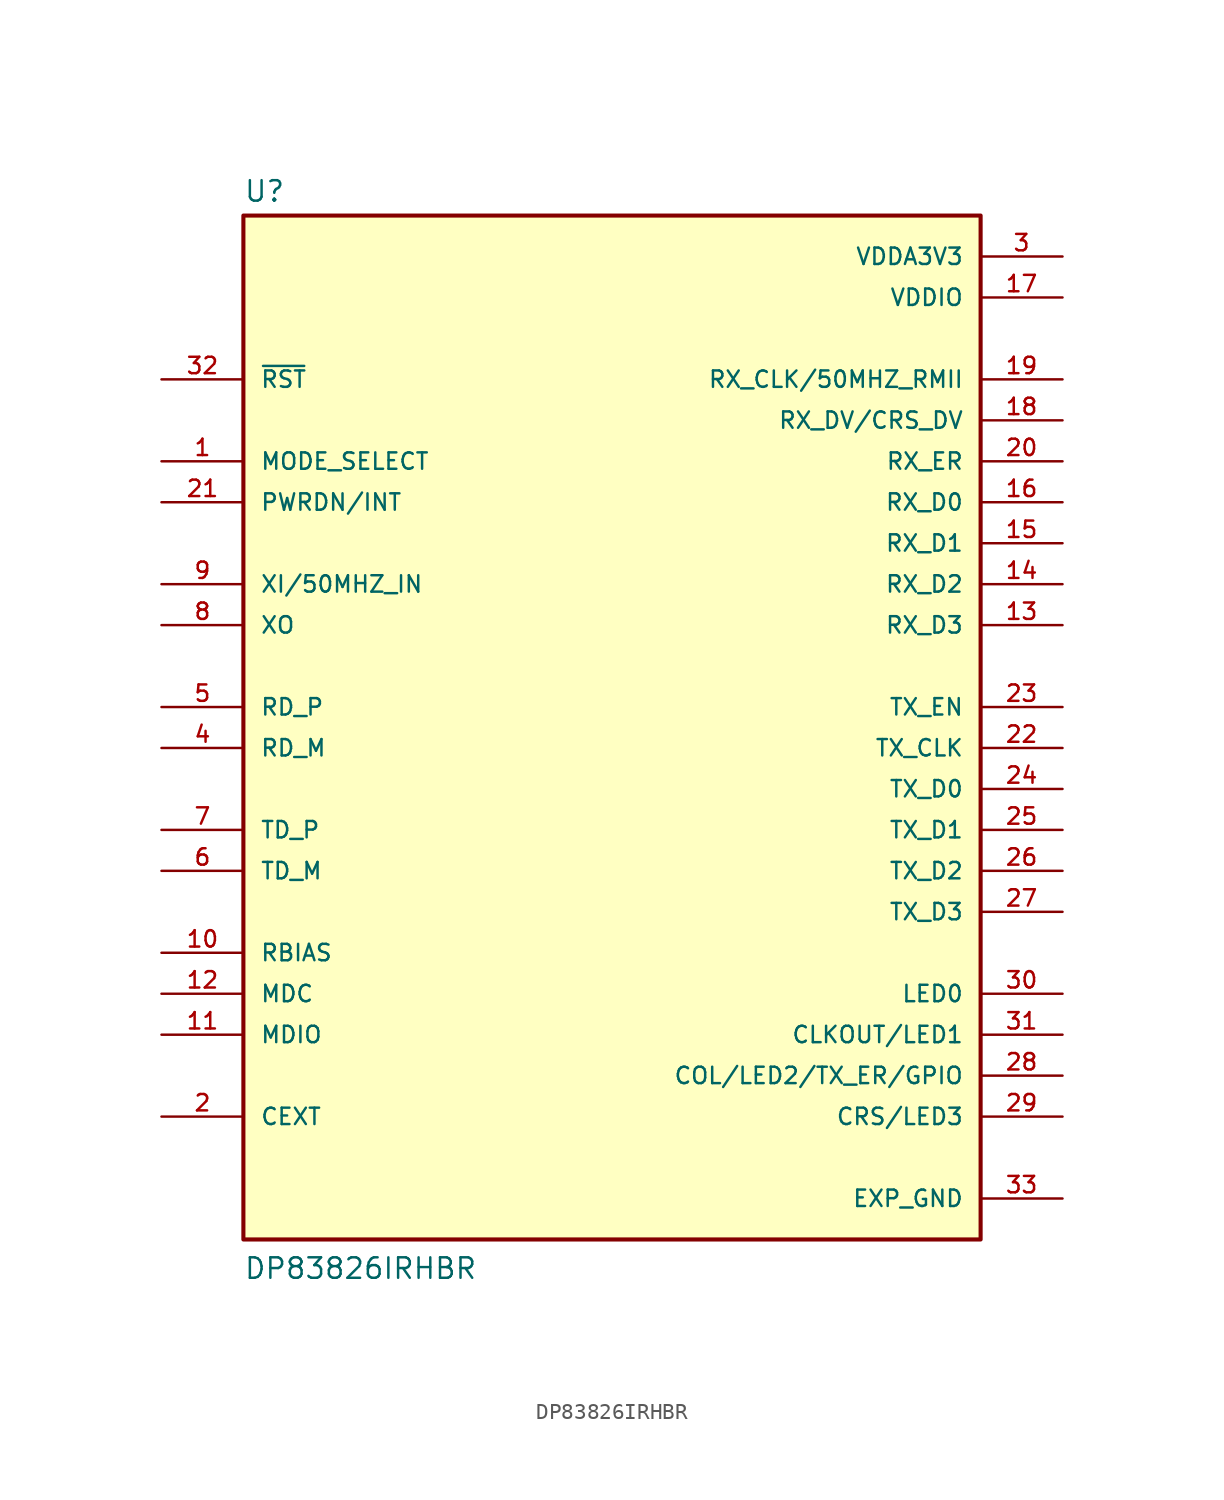
<source format=kicad_sym>
(kicad_symbol_lib
  (version 20211014)
  (generator kicad_symbol_editor)
  (symbol "DP83826IRHBR"
    (pin_names
      (offset 1.016))
    (property "Reference" "U"
      (at -22.86 31.242 0)
      (effects (font (size 1.27 1.27)) (justify bottom left)))
    (property "Value" "DP83826IRHBR"
      (at -22.86 -35.56 0)
      (effects (font (size 1.27 1.27)) (justify bottom left)))
    (symbol "DP83826IRHBR_0_0"
      (rectangle (start -22.86 -33.02) (end 22.86 30.48) (stroke (width 0.254)) (fill (type background)))
      (pin input line (at -27.94 15.24 0) (length 5.08) (name "MODE_SELECT" (effects (font (size 1.016 1.016)))) (number "1" (effects (font (size 1.016 1.016)))))
      (pin passive line (at -27.94 -25.4 0) (length 5.08) (name "CEXT" (effects (font (size 1.016 1.016)))) (number "2" (effects (font (size 1.016 1.016)))))
      (pin power_in line (at 27.94 27.94 180.0) (length 5.08) (name "VDDA3V3" (effects (font (size 1.016 1.016)))) (number "3" (effects (font (size 1.016 1.016)))))
      (pin input line (at -27.94 -2.54 0) (length 5.08) (name "RD_M" (effects (font (size 1.016 1.016)))) (number "4" (effects (font (size 1.016 1.016)))))
      (pin input line (at -27.94 0.0 0) (length 5.08) (name "RD_P" (effects (font (size 1.016 1.016)))) (number "5" (effects (font (size 1.016 1.016)))))
      (pin input line (at -27.94 -10.16 0) (length 5.08) (name "TD_M" (effects (font (size 1.016 1.016)))) (number "6" (effects (font (size 1.016 1.016)))))
      (pin input line (at -27.94 -7.62 0) (length 5.08) (name "TD_P" (effects (font (size 1.016 1.016)))) (number "7" (effects (font (size 1.016 1.016)))))
      (pin output line (at -27.94 5.08 0) (length 5.08) (name "XO" (effects (font (size 1.016 1.016)))) (number "8" (effects (font (size 1.016 1.016)))))
      (pin input line (at -27.94 7.62 0) (length 5.08) (name "XI/50MHZ_IN" (effects (font (size 1.016 1.016)))) (number "9" (effects (font (size 1.016 1.016)))))
      (pin input line (at -27.94 -15.24 0) (length 5.08) (name "RBIAS" (effects (font (size 1.016 1.016)))) (number "10" (effects (font (size 1.016 1.016)))))
      (pin bidirectional line (at -27.94 -20.32 0) (length 5.08) (name "MDIO" (effects (font (size 1.016 1.016)))) (number "11" (effects (font (size 1.016 1.016)))))
      (pin input line (at -27.94 -17.78 0) (length 5.08) (name "MDC" (effects (font (size 1.016 1.016)))) (number "12" (effects (font (size 1.016 1.016)))))
      (pin bidirectional line (at 27.94 5.08 180.0) (length 5.08) (name "RX_D3" (effects (font (size 1.016 1.016)))) (number "13" (effects (font (size 1.016 1.016)))))
      (pin bidirectional line (at 27.94 7.62 180.0) (length 5.08) (name "RX_D2" (effects (font (size 1.016 1.016)))) (number "14" (effects (font (size 1.016 1.016)))))
      (pin bidirectional line (at 27.94 10.16 180.0) (length 5.08) (name "RX_D1" (effects (font (size 1.016 1.016)))) (number "15" (effects (font (size 1.016 1.016)))))
      (pin power_in line (at 27.94 25.4 180.0) (length 5.08) (name "VDDIO" (effects (font (size 1.016 1.016)))) (number "17" (effects (font (size 1.016 1.016)))))
      (pin bidirectional line (at 27.94 12.7 180.0) (length 5.08) (name "RX_D0" (effects (font (size 1.016 1.016)))) (number "16" (effects (font (size 1.016 1.016)))))
      (pin bidirectional line (at 27.94 17.78 180.0) (length 5.08) (name "RX_DV/CRS_DV" (effects (font (size 1.016 1.016)))) (number "18" (effects (font (size 1.016 1.016)))))
      (pin bidirectional line (at 27.94 20.32 180.0) (length 5.08) (name "RX_CLK/50MHZ_RMII" (effects (font (size 1.016 1.016)))) (number "19" (effects (font (size 1.016 1.016)))))
      (pin bidirectional line (at 27.94 15.24 180.0) (length 5.08) (name "RX_ER" (effects (font (size 1.016 1.016)))) (number "20" (effects (font (size 1.016 1.016)))))
      (pin input line (at -27.94 12.7 0) (length 5.08) (name "PWRDN/INT" (effects (font (size 1.016 1.016)))) (number "21" (effects (font (size 1.016 1.016)))))
      (pin bidirectional line (at 27.94 -2.54 180.0) (length 5.08) (name "TX_CLK" (effects (font (size 1.016 1.016)))) (number "22" (effects (font (size 1.016 1.016)))))
      (pin bidirectional line (at 27.94 0.0 180.0) (length 5.08) (name "TX_EN" (effects (font (size 1.016 1.016)))) (number "23" (effects (font (size 1.016 1.016)))))
      (pin bidirectional line (at 27.94 -5.08 180.0) (length 5.08) (name "TX_D0" (effects (font (size 1.016 1.016)))) (number "24" (effects (font (size 1.016 1.016)))))
      (pin bidirectional line (at 27.94 -7.62 180.0) (length 5.08) (name "TX_D1" (effects (font (size 1.016 1.016)))) (number "25" (effects (font (size 1.016 1.016)))))
      (pin bidirectional line (at 27.94 -10.16 180.0) (length 5.08) (name "TX_D2" (effects (font (size 1.016 1.016)))) (number "26" (effects (font (size 1.016 1.016)))))
      (pin bidirectional line (at 27.94 -12.7 180.0) (length 5.08) (name "TX_D3" (effects (font (size 1.016 1.016)))) (number "27" (effects (font (size 1.016 1.016)))))
      (pin output line (at 27.94 -22.86 180.0) (length 5.08) (name "COL/LED2/TX_ER/GPIO" (effects (font (size 1.016 1.016)))) (number "28" (effects (font (size 1.016 1.016)))))
      (pin output line (at 27.94 -25.4 180.0) (length 5.08) (name "CRS/LED3" (effects (font (size 1.016 1.016)))) (number "29" (effects (font (size 1.016 1.016)))))
      (pin output line (at 27.94 -17.78 180.0) (length 5.08) (name "LED0" (effects (font (size 1.016 1.016)))) (number "30" (effects (font (size 1.016 1.016)))))
      (pin output line (at 27.94 -20.32 180.0) (length 5.08) (name "CLKOUT/LED1" (effects (font (size 1.016 1.016)))) (number "31" (effects (font (size 1.016 1.016)))))
      (pin input line (at -27.94 20.32 0) (length 5.08) (name "~{RST}" (effects (font (size 1.016 1.016)))) (number "32" (effects (font (size 1.016 1.016)))))
      (pin power_in line (at 27.94 -30.48 180.0) (length 5.08) (name "EXP_GND" (effects (font (size 1.016 1.016)))) (number "33" (effects (font (size 1.016 1.016))))))))
</source>
